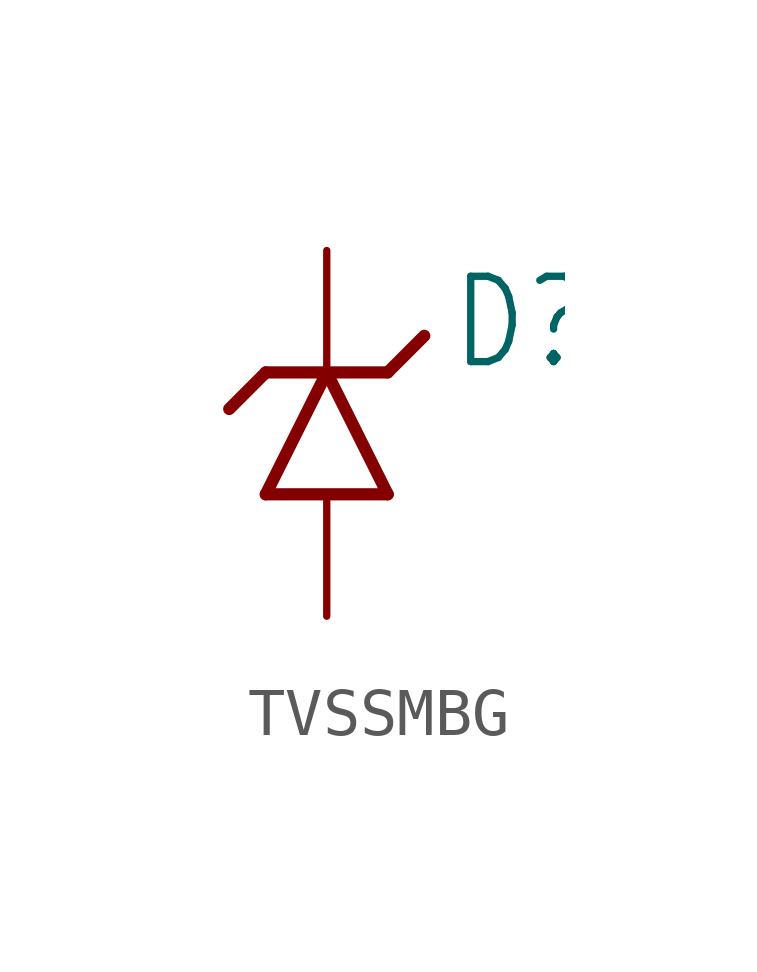
<source format=kicad_sym>
(kicad_symbol_lib
  (version 20220914)
  (generator kicad_symbol_editor)
  (symbol "TVSSMBG"
    (property "Reference" "D"
      (at 2.54 0 0)
      (effects (font (size 1.778 1.511)) (justify left bottom)))
    (property "Value" ""
      (at 2.54 -2.54 0)
      (effects (font (size 1.778 1.511)) (justify left bottom)))
    (property "ki_locked" ""
      (at 0 0 0)
      (effects (font (size 1.27 1.27))))
    (symbol "TVSSMBG_1_0"
      (polyline (pts (xy -1.27 -2.54) (xy 1.27 -2.54)) (stroke (width 0.254) (type solid)) (fill (type none)))
      (polyline (pts (xy -1.27 0) (xy -2.032 -0.762)) (stroke (width 0.254) (type solid)) (fill (type none)))
      (polyline (pts (xy 0 0) (xy -1.27 -2.54)) (stroke (width 0.254) (type solid)) (fill (type none)))
      (polyline (pts (xy 0 0) (xy -1.27 0)) (stroke (width 0.254) (type solid)) (fill (type none)))
      (polyline (pts (xy 1.27 -2.54) (xy 0 0)) (stroke (width 0.254) (type solid)) (fill (type none)))
      (polyline (pts (xy 1.27 0) (xy 0 0)) (stroke (width 0.254) (type solid)) (fill (type none)))
      (polyline (pts (xy 2.032 0.762) (xy 1.27 0)) (stroke (width 0.254) (type solid)) (fill (type none)))
      (pin passive line (at 0 -5.08 90) (length 2.54) (name "A" (effects (font (size 0 0)))) (number "A" (effects (font (size 0 0)))))
      (pin passive line (at 0 2.54 270) (length 2.54) (name "C" (effects (font (size 0 0)))) (number "C" (effects (font (size 0 0))))))))
</source>
